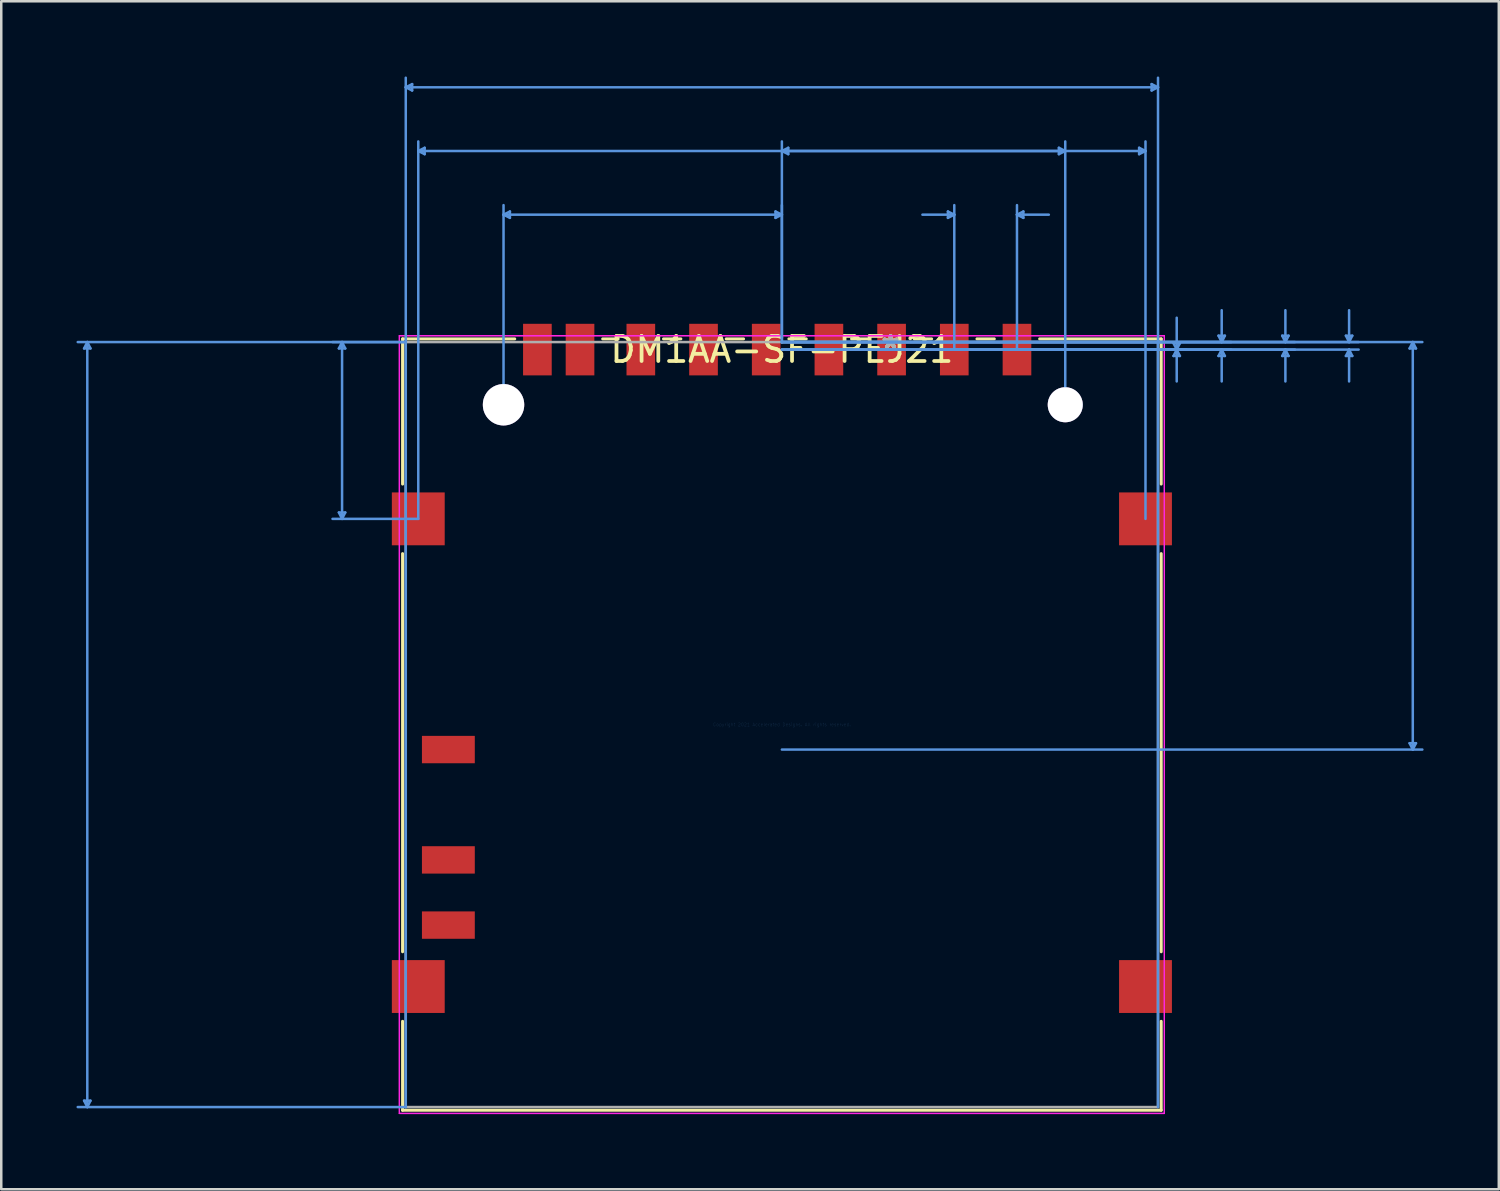
<source format=kicad_pcb>
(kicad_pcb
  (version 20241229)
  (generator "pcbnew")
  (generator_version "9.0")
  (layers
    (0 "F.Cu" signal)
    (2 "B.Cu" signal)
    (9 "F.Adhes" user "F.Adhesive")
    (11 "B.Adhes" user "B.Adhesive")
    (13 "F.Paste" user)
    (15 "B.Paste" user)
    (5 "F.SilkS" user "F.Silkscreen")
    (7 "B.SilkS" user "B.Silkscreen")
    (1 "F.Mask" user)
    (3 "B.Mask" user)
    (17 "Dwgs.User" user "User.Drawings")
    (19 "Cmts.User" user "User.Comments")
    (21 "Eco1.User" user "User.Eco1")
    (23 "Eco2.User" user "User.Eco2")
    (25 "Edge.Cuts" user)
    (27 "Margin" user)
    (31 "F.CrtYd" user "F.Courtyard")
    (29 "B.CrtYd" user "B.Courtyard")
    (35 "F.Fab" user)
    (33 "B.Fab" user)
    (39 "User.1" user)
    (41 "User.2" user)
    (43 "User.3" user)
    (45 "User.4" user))
  (footprint "DM1AA-SF-PEJ21"
    (layer "F.Cu")
    (at 28.13 25.844)
    (property "Reference" "DM1AA-SF-PEJ21" (at 0 -14.953 0) (layer "F.SilkS") (effects (font (size 1 1) (thickness 0.15))))
    (attr through_hole)
    (fp_line (start -15.126 -15.38) (end -15.126 -9.59) (stroke (width 0.12) (type solid)) (layer "F.SilkS"))
    (fp_line (start -15.126 -6.816) (end -15.126 9.06) (stroke (width 0.12) (type solid)) (layer "F.SilkS"))
    (fp_line (start -15.126 11.834) (end -15.126 15.38) (stroke (width 0.12) (type solid)) (layer "F.SilkS"))
    (fp_line (start -15.126 15.38) (end 15.126 15.38) (stroke (width 0.12) (type solid)) (layer "F.SilkS"))
    (fp_line (start -10.654 -15.38) (end -15.126 -15.38) (stroke (width 0.12) (type solid)) (layer "F.SilkS"))
    (fp_line (start -6.529 -15.38) (end -7.146 -15.38) (stroke (width 0.12) (type solid)) (layer "F.SilkS"))
    (fp_line (start -4.029 -15.38) (end -4.721 -15.38) (stroke (width 0.12) (type solid)) (layer "F.SilkS"))
    (fp_line (start -1.529 -15.38) (end -2.221 -15.38) (stroke (width 0.12) (type solid)) (layer "F.SilkS"))
    (fp_line (start 0.971 -15.38) (end 0.279 -15.38) (stroke (width 0.12) (type solid)) (layer "F.SilkS"))
    (fp_line (start 3.471 -15.38) (end 2.779 -15.38) (stroke (width 0.12) (type solid)) (layer "F.SilkS"))
    (fp_line (start 5.971 -15.38) (end 5.279 -15.38) (stroke (width 0.12) (type solid)) (layer "F.SilkS"))
    (fp_line (start 8.471 -15.38) (end 7.779 -15.38) (stroke (width 0.12) (type solid)) (layer "F.SilkS"))
    (fp_line (start 15.126 -15.38) (end 10.279 -15.38) (stroke (width 0.12) (type solid)) (layer "F.SilkS"))
    (fp_line (start 15.126 -9.59) (end 15.126 -15.38) (stroke (width 0.12) (type solid)) (layer "F.SilkS"))
    (fp_line (start 15.126 9.06) (end 15.126 -6.816) (stroke (width 0.12) (type solid)) (layer "F.SilkS"))
    (fp_line (start 15.126 15.38) (end 15.126 11.834) (stroke (width 0.12) (type solid)) (layer "F.SilkS"))
    (fp_line (start -27.826 -14.999) (end -27.572 -14.999) (stroke (width 0.1) (type solid)) (layer "Cmts.User"))
    (fp_line (start -27.826 14.999) (end -27.572 14.999) (stroke (width 0.1) (type solid)) (layer "Cmts.User"))
    (fp_line (start -27.699 -15.253) (end -27.826 -14.999) (stroke (width 0.1) (type solid)) (layer "Cmts.User"))
    (fp_line (start -27.699 -15.253) (end -27.699 15.253) (stroke (width 0.1) (type solid)) (layer "Cmts.User"))
    (fp_line (start -27.699 -15.253) (end -27.572 -14.999) (stroke (width 0.1) (type solid)) (layer "Cmts.User"))
    (fp_line (start -27.699 15.253) (end -27.826 14.999) (stroke (width 0.1) (type solid)) (layer "Cmts.User"))
    (fp_line (start -27.699 15.253) (end -27.572 14.999) (stroke (width 0.1) (type solid)) (layer "Cmts.User"))
    (fp_line (start -17.666 -14.999) (end -17.412 -14.999) (stroke (width 0.1) (type solid)) (layer "Cmts.User"))
    (fp_line (start -17.666 -8.457) (end -17.412 -8.457) (stroke (width 0.1) (type solid)) (layer "Cmts.User"))
    (fp_line (start -17.539 -15.253) (end -17.666 -14.999) (stroke (width 0.1) (type solid)) (layer "Cmts.User"))
    (fp_line (start -17.539 -15.253) (end -17.539 -8.203) (stroke (width 0.1) (type solid)) (layer "Cmts.User"))
    (fp_line (start -17.539 -15.253) (end -17.412 -14.999) (stroke (width 0.1) (type solid)) (layer "Cmts.User"))
    (fp_line (start -17.539 -8.203) (end -17.666 -8.457) (stroke (width 0.1) (type solid)) (layer "Cmts.User"))
    (fp_line (start -17.539 -8.203) (end -17.412 -8.457) (stroke (width 0.1) (type solid)) (layer "Cmts.User"))
    (fp_line (start -14.999 -25.413) (end -14.745 -25.54) (stroke (width 0.1) (type solid)) (layer "Cmts.User"))
    (fp_line (start -14.999 -25.413) (end -14.745 -25.286) (stroke (width 0.1) (type solid)) (layer "Cmts.User"))
    (fp_line (start -14.999 -25.413) (end 14.999 -25.413) (stroke (width 0.1) (type solid)) (layer "Cmts.User"))
    (fp_line (start -14.999 -15.253) (end -28.08 -15.253) (stroke (width 0.1) (type solid)) (layer "Cmts.User"))
    (fp_line (start -14.999 -15.253) (end -17.92 -15.253) (stroke (width 0.1) (type solid)) (layer "Cmts.User"))
    (fp_line (start -14.999 15.253) (end -28.08 15.253) (stroke (width 0.1) (type solid)) (layer "Cmts.User"))
    (fp_line (start -14.999 15.253) (end -14.999 -25.794) (stroke (width 0.1) (type solid)) (layer "Cmts.User"))
    (fp_line (start -14.745 -25.54) (end -14.745 -25.286) (stroke (width 0.1) (type solid)) (layer "Cmts.User"))
    (fp_line (start -14.5 -22.873) (end -14.246 -23) (stroke (width 0.1) (type solid)) (layer "Cmts.User"))
    (fp_line (start -14.5 -22.873) (end -14.246 -22.746) (stroke (width 0.1) (type solid)) (layer "Cmts.User"))
    (fp_line (start -14.5 -22.873) (end 14.5 -22.873) (stroke (width 0.1) (type solid)) (layer "Cmts.User"))
    (fp_line (start -14.5 -8.203) (end -17.92 -8.203) (stroke (width 0.1) (type solid)) (layer "Cmts.User"))
    (fp_line (start -14.5 -8.203) (end -14.5 -23.254) (stroke (width 0.1) (type solid)) (layer "Cmts.User"))
    (fp_line (start -14.246 -23) (end -14.246 -22.746) (stroke (width 0.1) (type solid)) (layer "Cmts.User"))
    (fp_line (start -11.1 -20.333) (end -10.846 -20.46) (stroke (width 0.1) (type solid)) (layer "Cmts.User"))
    (fp_line (start -11.1 -20.333) (end -10.846 -20.206) (stroke (width 0.1) (type solid)) (layer "Cmts.User"))
    (fp_line (start -11.1 -20.333) (end 0 -20.333) (stroke (width 0.1) (type solid)) (layer "Cmts.User"))
    (fp_line (start -11.1 -12.753) (end -11.1 -20.714) (stroke (width 0.1) (type solid)) (layer "Cmts.User"))
    (fp_line (start -10.846 -20.46) (end -10.846 -20.206) (stroke (width 0.1) (type solid)) (layer "Cmts.User"))
    (fp_line (start -0.254 -20.46) (end -0.254 -20.206) (stroke (width 0.1) (type solid)) (layer "Cmts.User"))
    (fp_line (start 0 -22.873) (end 0.254 -23) (stroke (width 0.1) (type solid)) (layer "Cmts.User"))
    (fp_line (start 0 -22.873) (end 0.254 -22.746) (stroke (width 0.1) (type solid)) (layer "Cmts.User"))
    (fp_line (start 0 -22.873) (end 11.3 -22.873) (stroke (width 0.1) (type solid)) (layer "Cmts.User"))
    (fp_line (start 0 -20.333) (end -0.254 -20.46) (stroke (width 0.1) (type solid)) (layer "Cmts.User"))
    (fp_line (start 0 -20.333) (end -0.254 -20.206) (stroke (width 0.1) (type solid)) (layer "Cmts.User"))
    (fp_line (start 0 -15.253) (end 0 -23.254) (stroke (width 0.1) (type solid)) (layer "Cmts.User"))
    (fp_line (start 0 -15.253) (end 0 -20.714) (stroke (width 0.1) (type solid)) (layer "Cmts.User"))
    (fp_line (start 0 -15.253) (end 17.92 -15.253) (stroke (width 0.1) (type solid)) (layer "Cmts.User"))
    (fp_line (start 0 -15.253) (end 20.46 -15.253) (stroke (width 0.1) (type solid)) (layer "Cmts.User"))
    (fp_line (start 0 -15.253) (end 23 -15.253) (stroke (width 0.1) (type solid)) (layer "Cmts.User"))
    (fp_line (start 0 -15.253) (end 25.54 -15.253) (stroke (width 0.1) (type solid)) (layer "Cmts.User"))
    (fp_line (start 0 -14.953) (end 17.92 -14.953) (stroke (width 0.1) (type solid)) (layer "Cmts.User"))
    (fp_line (start 0 -14.953) (end 20.46 -14.953) (stroke (width 0.1) (type solid)) (layer "Cmts.User"))
    (fp_line (start 0 -14.953) (end 23 -14.953) (stroke (width 0.1) (type solid)) (layer "Cmts.User"))
    (fp_line (start 0 0.997) (end 25.54 0.997) (stroke (width 0.1) (type solid)) (layer "Cmts.User"))
    (fp_line (start 0.254 -23) (end 0.254 -22.746) (stroke (width 0.1) (type solid)) (layer "Cmts.User"))
    (fp_line (start 6.621 -20.46) (end 6.621 -20.206) (stroke (width 0.1) (type solid)) (layer "Cmts.User"))
    (fp_line (start 6.875 -20.333) (end 5.605 -20.333) (stroke (width 0.1) (type solid)) (layer "Cmts.User"))
    (fp_line (start 6.875 -20.333) (end 6.621 -20.46) (stroke (width 0.1) (type solid)) (layer "Cmts.User"))
    (fp_line (start 6.875 -20.333) (end 6.621 -20.206) (stroke (width 0.1) (type solid)) (layer "Cmts.User"))
    (fp_line (start 6.875 -14.953) (end 6.875 -20.714) (stroke (width 0.1) (type solid)) (layer "Cmts.User"))
    (fp_line (start 6.875 -14.953) (end 16.126 -14.953) (stroke (width 0.1) (type solid)) (layer "Cmts.User"))
    (fp_line (start 9.375 -20.333) (end 9.629 -20.46) (stroke (width 0.1) (type solid)) (layer "Cmts.User"))
    (fp_line (start 9.375 -20.333) (end 9.629 -20.206) (stroke (width 0.1) (type solid)) (layer "Cmts.User"))
    (fp_line (start 9.375 -20.333) (end 10.645 -20.333) (stroke (width 0.1) (type solid)) (layer "Cmts.User"))
    (fp_line (start 9.375 -14.953) (end 9.375 -20.714) (stroke (width 0.1) (type solid)) (layer "Cmts.User"))
    (fp_line (start 9.375 -14.953) (end 16.126 -14.953) (stroke (width 0.1) (type solid)) (layer "Cmts.User"))
    (fp_line (start 9.629 -20.46) (end 9.629 -20.206) (stroke (width 0.1) (type solid)) (layer "Cmts.User"))
    (fp_line (start 11.046 -23) (end 11.046 -22.746) (stroke (width 0.1) (type solid)) (layer "Cmts.User"))
    (fp_line (start 11.3 -22.873) (end 11.046 -23) (stroke (width 0.1) (type solid)) (layer "Cmts.User"))
    (fp_line (start 11.3 -22.873) (end 11.046 -22.746) (stroke (width 0.1) (type solid)) (layer "Cmts.User"))
    (fp_line (start 11.3 -12.753) (end 11.3 -23.254) (stroke (width 0.1) (type solid)) (layer "Cmts.User"))
    (fp_line (start 14.246 -23) (end 14.246 -22.746) (stroke (width 0.1) (type solid)) (layer "Cmts.User"))
    (fp_line (start 14.5 -22.873) (end 14.246 -23) (stroke (width 0.1) (type solid)) (layer "Cmts.User"))
    (fp_line (start 14.5 -22.873) (end 14.246 -22.746) (stroke (width 0.1) (type solid)) (layer "Cmts.User"))
    (fp_line (start 14.5 -8.203) (end 14.5 -23.254) (stroke (width 0.1) (type solid)) (layer "Cmts.User"))
    (fp_line (start 14.745 -25.54) (end 14.745 -25.286) (stroke (width 0.1) (type solid)) (layer "Cmts.User"))
    (fp_line (start 14.999 -25.413) (end 14.745 -25.54) (stroke (width 0.1) (type solid)) (layer "Cmts.User"))
    (fp_line (start 14.999 -25.413) (end 14.745 -25.286) (stroke (width 0.1) (type solid)) (layer "Cmts.User"))
    (fp_line (start 14.999 15.253) (end 14.999 -25.794) (stroke (width 0.1) (type solid)) (layer "Cmts.User"))
    (fp_line (start 15.618 -15.207) (end 15.872 -15.207) (stroke (width 0.1) (type solid)) (layer "Cmts.User"))
    (fp_line (start 15.618 -14.699) (end 15.872 -14.699) (stroke (width 0.1) (type solid)) (layer "Cmts.User"))
    (fp_line (start 15.745 -14.953) (end 15.618 -15.207) (stroke (width 0.1) (type solid)) (layer "Cmts.User"))
    (fp_line (start 15.745 -14.953) (end 15.618 -14.699) (stroke (width 0.1) (type solid)) (layer "Cmts.User"))
    (fp_line (start 15.745 -14.953) (end 15.745 -16.223) (stroke (width 0.1) (type solid)) (layer "Cmts.User"))
    (fp_line (start 15.745 -14.953) (end 15.745 -13.683) (stroke (width 0.1) (type solid)) (layer "Cmts.User"))
    (fp_line (start 15.745 -14.953) (end 15.872 -15.207) (stroke (width 0.1) (type solid)) (layer "Cmts.User"))
    (fp_line (start 15.745 -14.953) (end 15.872 -14.699) (stroke (width 0.1) (type solid)) (layer "Cmts.User"))
    (fp_line (start 17.412 -15.507) (end 17.666 -15.507) (stroke (width 0.1) (type solid)) (layer "Cmts.User"))
    (fp_line (start 17.412 -14.699) (end 17.666 -14.699) (stroke (width 0.1) (type solid)) (layer "Cmts.User"))
    (fp_line (start 17.539 -15.253) (end 17.412 -15.507) (stroke (width 0.1) (type solid)) (layer "Cmts.User"))
    (fp_line (start 17.539 -15.253) (end 17.539 -16.523) (stroke (width 0.1) (type solid)) (layer "Cmts.User"))
    (fp_line (start 17.539 -15.253) (end 17.666 -15.507) (stroke (width 0.1) (type solid)) (layer "Cmts.User"))
    (fp_line (start 17.539 -14.953) (end 17.412 -14.699) (stroke (width 0.1) (type solid)) (layer "Cmts.User"))
    (fp_line (start 17.539 -14.953) (end 17.539 -13.683) (stroke (width 0.1) (type solid)) (layer "Cmts.User"))
    (fp_line (start 17.539 -14.953) (end 17.666 -14.699) (stroke (width 0.1) (type solid)) (layer "Cmts.User"))
    (fp_line (start 19.952 -15.507) (end 20.206 -15.507) (stroke (width 0.1) (type solid)) (layer "Cmts.User"))
    (fp_line (start 19.952 -14.699) (end 20.206 -14.699) (stroke (width 0.1) (type solid)) (layer "Cmts.User"))
    (fp_line (start 20.079 -15.253) (end 19.952 -15.507) (stroke (width 0.1) (type solid)) (layer "Cmts.User"))
    (fp_line (start 20.079 -15.253) (end 20.079 -16.523) (stroke (width 0.1) (type solid)) (layer "Cmts.User"))
    (fp_line (start 20.079 -15.253) (end 20.206 -15.507) (stroke (width 0.1) (type solid)) (layer "Cmts.User"))
    (fp_line (start 20.079 -14.953) (end 19.952 -14.699) (stroke (width 0.1) (type solid)) (layer "Cmts.User"))
    (fp_line (start 20.079 -14.953) (end 20.079 -13.683) (stroke (width 0.1) (type solid)) (layer "Cmts.User"))
    (fp_line (start 20.079 -14.953) (end 20.206 -14.699) (stroke (width 0.1) (type solid)) (layer "Cmts.User"))
    (fp_line (start 22.492 -15.507) (end 22.746 -15.507) (stroke (width 0.1) (type solid)) (layer "Cmts.User"))
    (fp_line (start 22.492 -14.699) (end 22.746 -14.699) (stroke (width 0.1) (type solid)) (layer "Cmts.User"))
    (fp_line (start 22.619 -15.253) (end 22.492 -15.507) (stroke (width 0.1) (type solid)) (layer "Cmts.User"))
    (fp_line (start 22.619 -15.253) (end 22.619 -16.523) (stroke (width 0.1) (type solid)) (layer "Cmts.User"))
    (fp_line (start 22.619 -15.253) (end 22.746 -15.507) (stroke (width 0.1) (type solid)) (layer "Cmts.User"))
    (fp_line (start 22.619 -14.953) (end 22.492 -14.699) (stroke (width 0.1) (type solid)) (layer "Cmts.User"))
    (fp_line (start 22.619 -14.953) (end 22.619 -13.683) (stroke (width 0.1) (type solid)) (layer "Cmts.User"))
    (fp_line (start 22.619 -14.953) (end 22.746 -14.699) (stroke (width 0.1) (type solid)) (layer "Cmts.User"))
    (fp_line (start 25.032 -14.999) (end 25.286 -14.999) (stroke (width 0.1) (type solid)) (layer "Cmts.User"))
    (fp_line (start 25.032 0.743) (end 25.286 0.743) (stroke (width 0.1) (type solid)) (layer "Cmts.User"))
    (fp_line (start 25.159 -15.253) (end 25.032 -14.999) (stroke (width 0.1) (type solid)) (layer "Cmts.User"))
    (fp_line (start 25.159 -15.253) (end 25.159 0.997) (stroke (width 0.1) (type solid)) (layer "Cmts.User"))
    (fp_line (start 25.159 -15.253) (end 25.286 -14.999) (stroke (width 0.1) (type solid)) (layer "Cmts.User"))
    (fp_line (start 25.159 0.997) (end 25.032 0.743) (stroke (width 0.1) (type solid)) (layer "Cmts.User"))
    (fp_line (start 25.159 0.997) (end 25.286 0.743) (stroke (width 0.1) (type solid)) (layer "Cmts.User"))
    (fp_line (start -15.253 -15.507) (end -15.253 15.507) (stroke (width 0.05) (type solid)) (layer "F.CrtYd"))
    (fp_line (start -15.253 -15.507) (end -15.253 15.507) (stroke (width 0.05) (type solid)) (layer "F.CrtYd"))
    (fp_line (start -15.253 15.507) (end 15.253 15.507) (stroke (width 0.05) (type solid)) (layer "F.CrtYd"))
    (fp_line (start -15.253 15.507) (end 15.253 15.507) (stroke (width 0.05) (type solid)) (layer "F.CrtYd"))
    (fp_line (start 15.253 -15.507) (end -15.253 -15.507) (stroke (width 0.05) (type solid)) (layer "F.CrtYd"))
    (fp_line (start 15.253 -15.507) (end -15.253 -15.507) (stroke (width 0.05) (type solid)) (layer "F.CrtYd"))
    (fp_line (start 15.253 15.507) (end 15.253 -15.507) (stroke (width 0.05) (type solid)) (layer "F.CrtYd"))
    (fp_line (start 15.253 15.507) (end 15.253 -15.507) (stroke (width 0.05) (type solid)) (layer "F.CrtYd"))
    (fp_line (start -14.999 -15.253) (end -14.999 15.253) (stroke (width 0.1) (type solid)) (layer "F.Fab"))
    (fp_line (start -14.999 15.253) (end 14.999 15.253) (stroke (width 0.1) (type solid)) (layer "F.Fab"))
    (fp_line (start 0 -15.253) (end 0 -15.253) (stroke (width 0.1) (type solid)) (layer "F.Fab"))
    (fp_line (start 0 -15.253) (end 0 -15.253) (stroke (width 0.1) (type solid)) (layer "F.Fab"))
    (fp_line (start 0 -15.253) (end 0 -15.253) (stroke (width 0.1) (type solid)) (layer "F.Fab"))
    (fp_line (start 0 -15.253) (end 0 -15.253) (stroke (width 0.1) (type solid)) (layer "F.Fab"))
    (fp_line (start 14.999 -15.253) (end -14.999 -15.253) (stroke (width 0.1) (type solid)) (layer "F.Fab"))
    (fp_line (start 14.999 15.253) (end 14.999 -15.253) (stroke (width 0.1) (type solid)) (layer "F.Fab"))
    (fp_text user "*" (at 4.335 -14.953 0) (layer "F.SilkS") (effects (font (size 1 1) (thickness 0.15))))
    (fp_text user "*" (at 4.335 -14.953 0) (layer "F.SilkS") (effects (font (size 1 1) (thickness 0.15))))
    (fp_text user "Copyright 2021 Accelerated Designs. All rights reserved." (at 0 0 0) (layer "Cmts.User") (effects (font (size 0.127 0.127) (thickness 0.002))))
    (fp_text user "*" (at 4.335 -14.953 0) (layer "F.Fab") (effects (font (size 1 1) (thickness 0.15))))
    (fp_text user "*" (at 4.335 -14.953 0) (layer "F.Fab") (effects (font (size 1 1) (thickness 0.15))))
    (pad "1" smd rect (at 6.875 -14.953) (size 1.143 2.057) (layers "F.Cu" "F.Mask" "F.Paste"))
    (pad "2" smd rect (at 4.375 -14.953) (size 1.143 2.057) (layers "F.Cu" "F.Mask" "F.Paste"))
    (pad "3" smd rect (at 1.875 -14.953) (size 1.143 2.057) (layers "F.Cu" "F.Mask" "F.Paste"))
    (pad "4" smd rect (at -0.625 -14.953) (size 1.143 2.057) (layers "F.Cu" "F.Mask" "F.Paste"))
    (pad "5" smd rect (at -3.125 -14.953) (size 1.143 2.057) (layers "F.Cu" "F.Mask" "F.Paste"))
    (pad "6" smd rect (at -5.625 -14.953) (size 1.143 2.057) (layers "F.Cu" "F.Mask" "F.Paste"))
    (pad "7" smd rect (at -8.05 -14.953) (size 1.143 2.057) (layers "F.Cu" "F.Mask" "F.Paste"))
    (pad "8" smd rect (at -9.75 -14.953) (size 1.143 2.057) (layers "F.Cu" "F.Mask" "F.Paste"))
    (pad "9" smd rect (at 9.375 -14.953) (size 1.143 2.057) (layers "F.Cu" "F.Mask" "F.Paste"))
    (pad "10" smd rect (at -13.3 0.997) (size 2.108 1.092) (layers "F.Cu" "F.Mask" "F.Paste"))
    (pad "11" smd rect (at -13.3 5.397) (size 2.108 1.092) (layers "F.Cu" "F.Mask" "F.Paste"))
    (pad "12" smd rect (at -13.3 7.997) (size 2.108 1.092) (layers "F.Cu" "F.Mask" "F.Paste"))
    (pad "13" smd rect (at -14.5 -8.203) (size 2.108 2.108) (layers "F.Cu" "F.Mask" "F.Paste"))
    (pad "14" smd rect (at 14.5 -8.203) (size 2.108 2.108) (layers "F.Cu" "F.Mask" "F.Paste"))
    (pad "15" smd rect (at -14.5 10.447) (size 2.108 2.108) (layers "F.Cu" "F.Mask" "F.Paste"))
    (pad "16" smd rect (at 14.5 10.447) (size 2.108 2.108) (layers "F.Cu" "F.Mask" "F.Paste"))
    (pad "17" thru_hole circle (at -11.1 -12.753) (size 1.651 1.651) (drill 1.651) (layers "*.Cu" "*.Mask"))
    (pad "18" thru_hole circle (at 11.3 -12.753) (size 1.397 1.397) (drill 1.397) (layers "*.Cu" "*.Mask")))
  (gr_rect
    (start -3 -3)
    (end 56.719 44.375)
    (stroke (width 0.1) (type default))
    (fill no)
    (layer "Edge.Cuts")))
</source>
